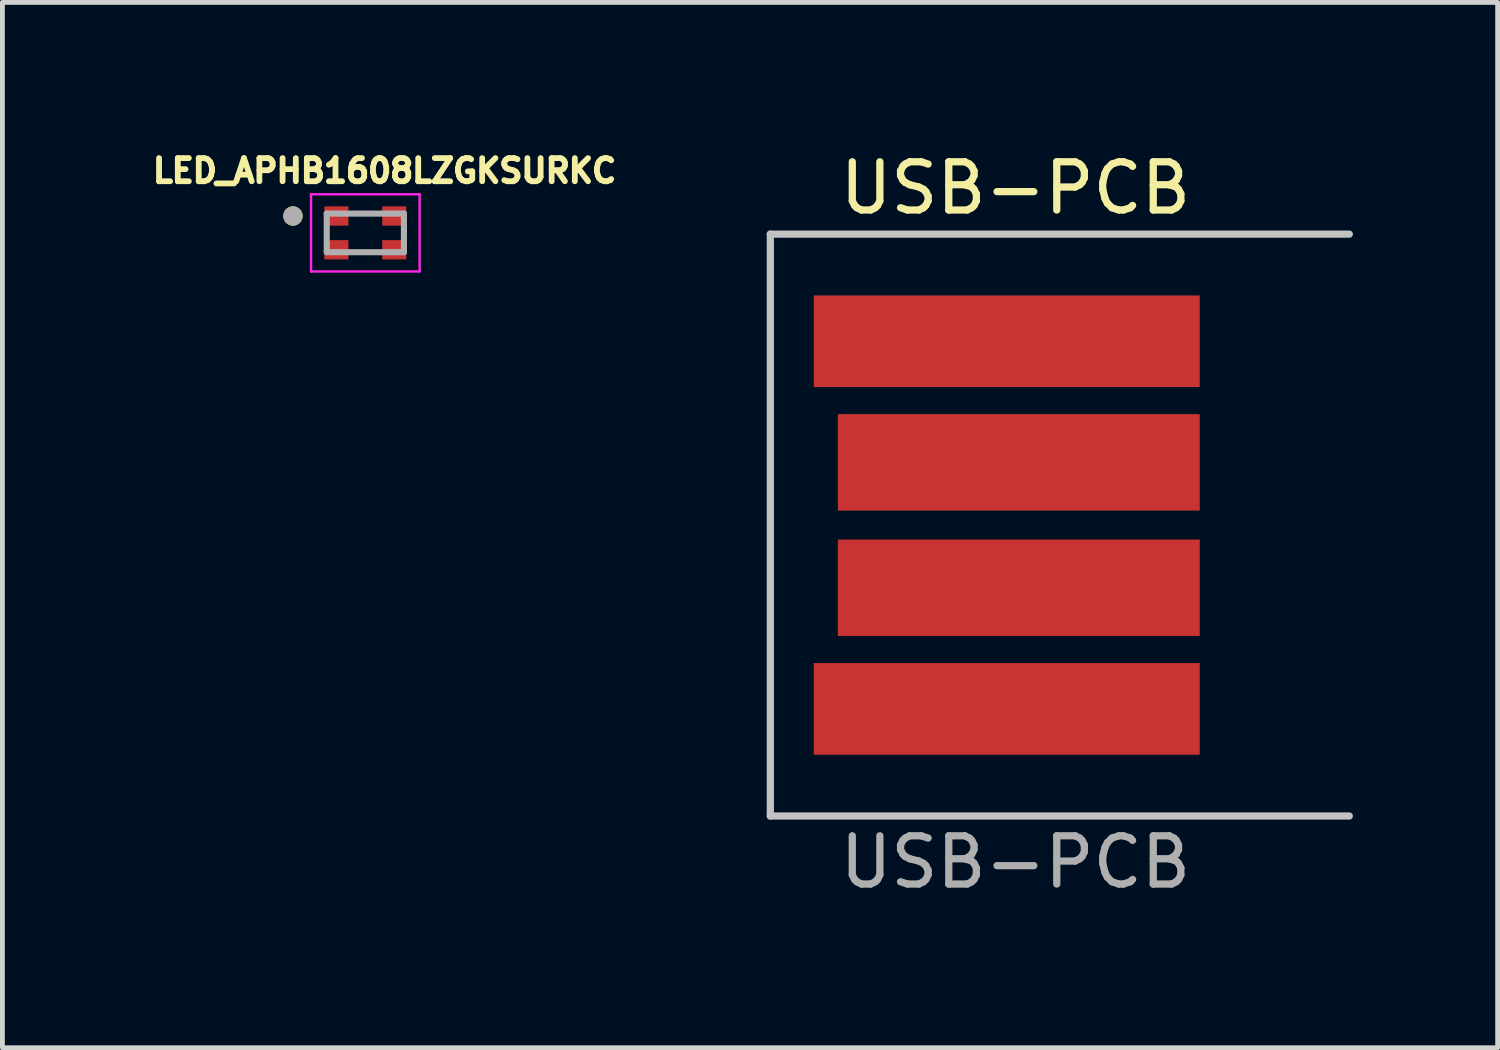
<source format=kicad_pcb>
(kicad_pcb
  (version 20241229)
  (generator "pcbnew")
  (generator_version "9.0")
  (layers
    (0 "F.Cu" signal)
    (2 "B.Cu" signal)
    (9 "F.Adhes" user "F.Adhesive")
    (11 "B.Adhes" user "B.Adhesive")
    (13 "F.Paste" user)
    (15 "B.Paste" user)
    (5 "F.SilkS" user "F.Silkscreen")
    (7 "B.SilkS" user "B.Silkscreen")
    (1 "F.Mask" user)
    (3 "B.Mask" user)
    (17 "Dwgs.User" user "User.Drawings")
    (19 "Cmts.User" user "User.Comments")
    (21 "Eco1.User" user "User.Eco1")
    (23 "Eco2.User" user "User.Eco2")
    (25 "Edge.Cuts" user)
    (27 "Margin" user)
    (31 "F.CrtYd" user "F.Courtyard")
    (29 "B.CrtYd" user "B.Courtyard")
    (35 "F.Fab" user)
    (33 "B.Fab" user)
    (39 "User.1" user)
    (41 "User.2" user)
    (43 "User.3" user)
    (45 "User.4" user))
  (footprint "LED_APHB1608LZGKSURKC"
    (layer "F.Cu")
    (at 4.522 1.777)
    (property "Reference" "LED_APHB1608LZGKSURKC" (at 0.399 -1.286 0) (layer "F.SilkS") (effects (font (size 0.48 0.48) (thickness 0.15))))
    (attr smd)
    (fp_circle (center -1.5 -0.35) (end -1.4 -0.35) (stroke (width 0.2) (type solid)) (fill no) (layer "F.SilkS"))
    (fp_line (start -1.125 -0.8) (end 1.125 -0.8) (stroke (width 0.05) (type solid)) (layer "F.CrtYd"))
    (fp_line (start -1.125 0.8) (end -1.125 -0.8) (stroke (width 0.05) (type solid)) (layer "F.CrtYd"))
    (fp_line (start 1.125 -0.8) (end 1.125 0.8) (stroke (width 0.05) (type solid)) (layer "F.CrtYd"))
    (fp_line (start 1.125 0.8) (end -1.125 0.8) (stroke (width 0.05) (type solid)) (layer "F.CrtYd"))
    (fp_line (start -0.8 -0.4) (end 0.8 -0.4) (stroke (width 0.127) (type solid)) (layer "F.Fab"))
    (fp_line (start -0.8 0.4) (end -0.8 -0.4) (stroke (width 0.127) (type solid)) (layer "F.Fab"))
    (fp_line (start 0.8 -0.4) (end 0.8 0.4) (stroke (width 0.127) (type solid)) (layer "F.Fab"))
    (fp_line (start 0.8 0.4) (end -0.8 0.4) (stroke (width 0.127) (type solid)) (layer "F.Fab"))
    (fp_circle (center -1.5 -0.35) (end -1.4 -0.35) (stroke (width 0.2) (type solid)) (fill no) (layer "F.Fab"))
    (pad "1" smd rect (at -0.6 -0.35) (size 0.5 0.4) (layers "F.Cu" "F.Mask" "F.Paste"))
    (pad "2" smd rect (at 0.6 -0.35) (size 0.5 0.4) (layers "F.Cu" "F.Mask" "F.Paste"))
    (pad "3" smd rect (at -0.6 0.35) (size 0.5 0.4) (layers "F.Cu" "F.Mask" "F.Paste"))
    (pad "4" smd rect (at 0.6 0.35) (size 0.5 0.4) (layers "F.Cu" "F.Mask" "F.Paste")))
  (footprint "USB-PCB"
    (layer "F.Cu")
    (at 17.996 7.833)
    (property "Reference" "USB-PCB" (at 0 -6.985 0) (unlocked yes) (layer "F.SilkS") (effects (font (size 1 1) (thickness 0.15))))
    (fp_line (start -5.08 -6.03) (end 6.92 -6.03) (stroke (width 0.15) (type solid)) (layer "Dwgs.User"))
    (fp_line (start -5.08 6.03) (end -5.08 -6.03) (stroke (width 0.15) (type solid)) (layer "Dwgs.User"))
    (fp_line (start -5.08 6.03) (end 6.92 6.03) (stroke (width 0.15) (type solid)) (layer "Dwgs.User"))
    (fp_text user "${REFERENCE}" (at 0 6.985 0) (unlocked yes) (layer "F.Fab") (effects (font (size 1 1) (thickness 0.15))))
    (pad "1" connect rect (at -0.18 3.81 270) (size 1.9 8) (layers "F.Cu" "F.Mask"))
    (pad "2" connect rect (at 0.07 1.3 270) (size 2 7.5) (layers "F.Cu" "F.Mask"))
    (pad "3" connect rect (at 0.07 -1.3 270) (size 2 7.5) (layers "F.Cu" "F.Mask"))
    (pad "4" connect rect (at -0.18 -3.81 270) (size 1.9 8) (layers "F.Cu" "F.Mask")))
  (gr_rect
    (start -3 -3)
    (end 27.991 18.666)
    (stroke (width 0.1) (type default))
    (fill no)
    (layer "Edge.Cuts")))
</source>
